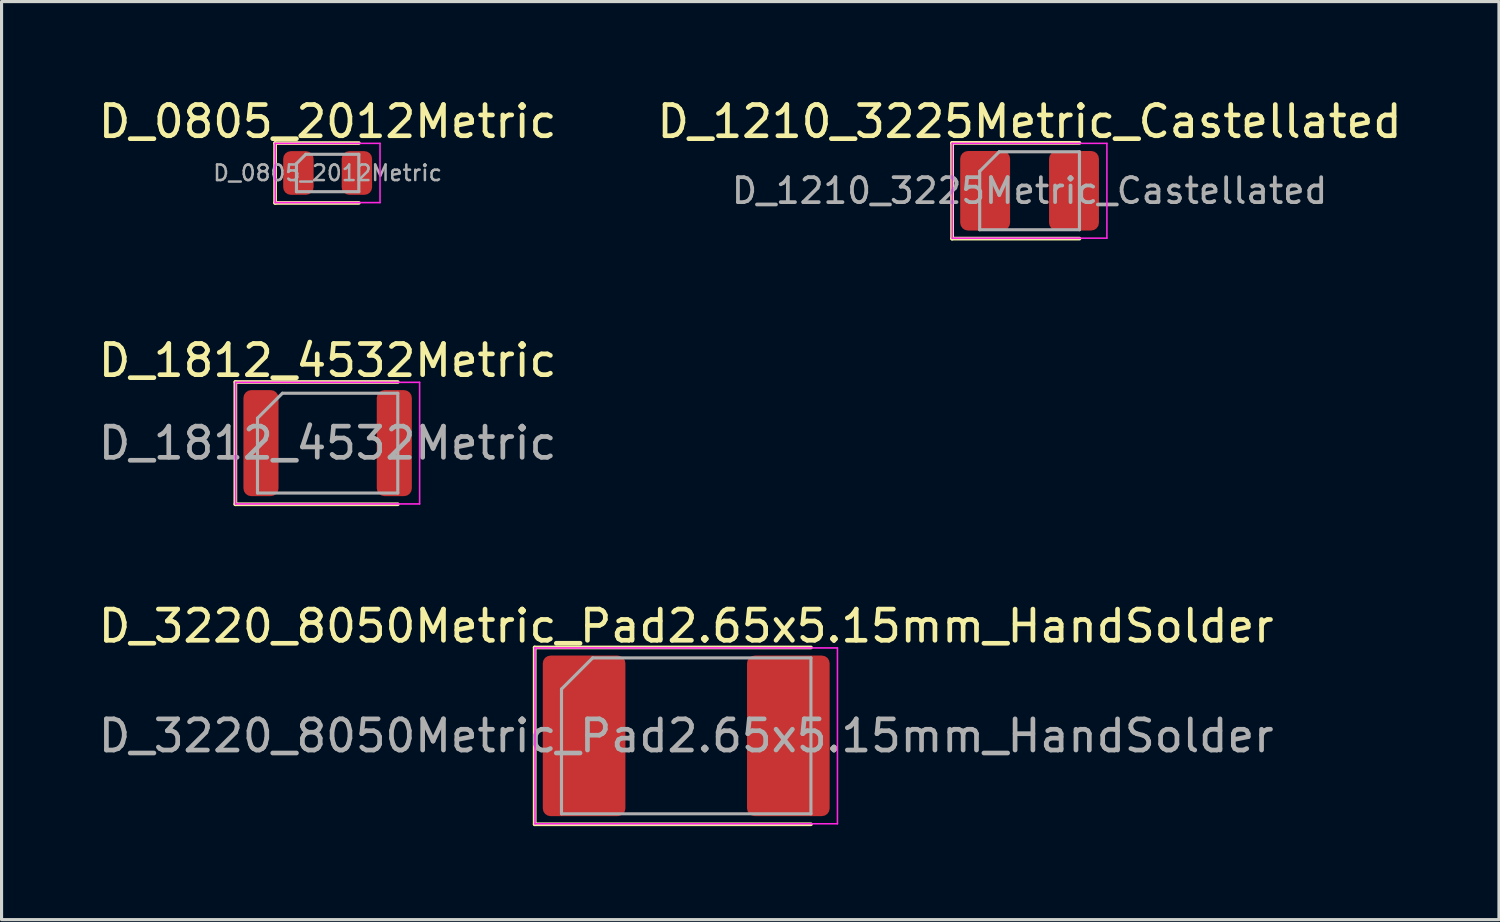
<source format=kicad_pcb>
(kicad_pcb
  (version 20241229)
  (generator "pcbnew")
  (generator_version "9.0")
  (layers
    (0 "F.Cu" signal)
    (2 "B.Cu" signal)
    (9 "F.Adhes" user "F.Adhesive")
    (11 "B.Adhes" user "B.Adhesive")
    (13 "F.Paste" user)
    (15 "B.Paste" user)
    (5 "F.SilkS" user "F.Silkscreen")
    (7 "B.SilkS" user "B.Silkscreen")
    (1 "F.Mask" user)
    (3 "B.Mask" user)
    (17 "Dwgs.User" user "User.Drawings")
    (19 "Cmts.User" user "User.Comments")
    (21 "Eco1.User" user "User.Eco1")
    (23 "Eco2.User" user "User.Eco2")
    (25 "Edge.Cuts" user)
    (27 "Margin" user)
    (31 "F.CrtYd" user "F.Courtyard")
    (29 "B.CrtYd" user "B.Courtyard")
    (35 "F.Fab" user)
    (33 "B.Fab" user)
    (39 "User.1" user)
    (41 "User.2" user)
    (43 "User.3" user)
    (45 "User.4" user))
  (footprint "D_1210_3225Metric_Castellated"
    (layer "F.Cu")
    (at 29.97 3.068)
    (property "Reference" "D_1210_3225Metric_Castellated" (at 0 -2.22 0) (layer "F.SilkS") (effects (font (size 1 1) (thickness 0.15))))
    (attr smd)
    (fp_line (start -2.485 -1.535) (end -2.485 1.535) (stroke (width 0.12) (type solid)) (layer "F.SilkS"))
    (fp_line (start -2.485 1.535) (end 1.6 1.535) (stroke (width 0.12) (type solid)) (layer "F.SilkS"))
    (fp_line (start 1.6 -1.535) (end -2.485 -1.535) (stroke (width 0.12) (type solid)) (layer "F.SilkS"))
    (fp_line (start -2.48 -1.52) (end 2.48 -1.52) (stroke (width 0.05) (type solid)) (layer "F.CrtYd"))
    (fp_line (start -2.48 1.52) (end -2.48 -1.52) (stroke (width 0.05) (type solid)) (layer "F.CrtYd"))
    (fp_line (start 2.48 -1.52) (end 2.48 1.52) (stroke (width 0.05) (type solid)) (layer "F.CrtYd"))
    (fp_line (start 2.48 1.52) (end -2.48 1.52) (stroke (width 0.05) (type solid)) (layer "F.CrtYd"))
    (fp_line (start -1.6 -0.625) (end -1.6 1.25) (stroke (width 0.1) (type solid)) (layer "F.Fab"))
    (fp_line (start -1.6 1.25) (end 1.6 1.25) (stroke (width 0.1) (type solid)) (layer "F.Fab"))
    (fp_line (start -0.975 -1.25) (end -1.6 -0.625) (stroke (width 0.1) (type solid)) (layer "F.Fab"))
    (fp_line (start 1.6 -1.25) (end -0.975 -1.25) (stroke (width 0.1) (type solid)) (layer "F.Fab"))
    (fp_line (start 1.6 1.25) (end 1.6 -1.25) (stroke (width 0.1) (type solid)) (layer "F.Fab"))
    (fp_text user "${REFERENCE}" (at 0 0 0) (layer "F.Fab") (effects (font (size 0.8 0.8) (thickness 0.12))))
    (pad "1" smd roundrect (at -1.425 0) (size 1.6 2.55) (layers "F.Cu" "F.Mask" "F.Paste") (roundrect_rratio 0.156))
    (pad "2" smd roundrect (at 1.425 0) (size 1.6 2.55) (layers "F.Cu" "F.Mask" "F.Paste") (roundrect_rratio 0.156)))
  (footprint "D_1812_4532Metric"
    (layer "F.Cu")
    (at 7.458 11.162)
    (property "Reference" "D_1812_4532Metric" (at 0 -2.65 0) (layer "F.SilkS") (effects (font (size 1 1) (thickness 0.15))))
    (attr smd)
    (fp_line (start -2.96 -1.96) (end -2.96 1.96) (stroke (width 0.12) (type solid)) (layer "F.SilkS"))
    (fp_line (start -2.96 1.96) (end 2.25 1.96) (stroke (width 0.12) (type solid)) (layer "F.SilkS"))
    (fp_line (start 2.25 -1.96) (end -2.96 -1.96) (stroke (width 0.12) (type solid)) (layer "F.SilkS"))
    (fp_line (start -2.95 -1.95) (end 2.95 -1.95) (stroke (width 0.05) (type solid)) (layer "F.CrtYd"))
    (fp_line (start -2.95 1.95) (end -2.95 -1.95) (stroke (width 0.05) (type solid)) (layer "F.CrtYd"))
    (fp_line (start 2.95 -1.95) (end 2.95 1.95) (stroke (width 0.05) (type solid)) (layer "F.CrtYd"))
    (fp_line (start 2.95 1.95) (end -2.95 1.95) (stroke (width 0.05) (type solid)) (layer "F.CrtYd"))
    (fp_line (start -2.25 -0.8) (end -2.25 1.6) (stroke (width 0.1) (type solid)) (layer "F.Fab"))
    (fp_line (start -2.25 1.6) (end 2.25 1.6) (stroke (width 0.1) (type solid)) (layer "F.Fab"))
    (fp_line (start -1.45 -1.6) (end -2.25 -0.8) (stroke (width 0.1) (type solid)) (layer "F.Fab"))
    (fp_line (start 2.25 -1.6) (end -1.45 -1.6) (stroke (width 0.1) (type solid)) (layer "F.Fab"))
    (fp_line (start 2.25 1.6) (end 2.25 -1.6) (stroke (width 0.1) (type solid)) (layer "F.Fab"))
    (fp_text user "${REFERENCE}" (at 0 0 0) (layer "F.Fab") (effects (font (size 1 1) (thickness 0.15))))
    (pad "1" smd roundrect (at -2.138 0) (size 1.125 3.4) (layers "F.Cu" "F.Mask" "F.Paste") (roundrect_rratio 0.222))
    (pad "2" smd roundrect (at 2.138 0) (size 1.125 3.4) (layers "F.Cu" "F.Mask" "F.Paste") (roundrect_rratio 0.222)))
  (footprint "D_0805_2012Metric"
    (layer "F.Cu")
    (at 7.458 2.498)
    (property "Reference" "D_0805_2012Metric" (at 0 -1.65 0) (layer "F.SilkS") (effects (font (size 1 1) (thickness 0.15))))
    (attr smd)
    (fp_line (start -1.685 -0.96) (end -1.685 0.96) (stroke (width 0.12) (type solid)) (layer "F.SilkS"))
    (fp_line (start -1.685 0.96) (end 1 0.96) (stroke (width 0.12) (type solid)) (layer "F.SilkS"))
    (fp_line (start 1 -0.96) (end -1.685 -0.96) (stroke (width 0.12) (type solid)) (layer "F.SilkS"))
    (fp_line (start -1.68 -0.95) (end 1.68 -0.95) (stroke (width 0.05) (type solid)) (layer "F.CrtYd"))
    (fp_line (start -1.68 0.95) (end -1.68 -0.95) (stroke (width 0.05) (type solid)) (layer "F.CrtYd"))
    (fp_line (start 1.68 -0.95) (end 1.68 0.95) (stroke (width 0.05) (type solid)) (layer "F.CrtYd"))
    (fp_line (start 1.68 0.95) (end -1.68 0.95) (stroke (width 0.05) (type solid)) (layer "F.CrtYd"))
    (fp_line (start -1 -0.3) (end -1 0.6) (stroke (width 0.1) (type solid)) (layer "F.Fab"))
    (fp_line (start -1 0.6) (end 1 0.6) (stroke (width 0.1) (type solid)) (layer "F.Fab"))
    (fp_line (start -0.7 -0.6) (end -1 -0.3) (stroke (width 0.1) (type solid)) (layer "F.Fab"))
    (fp_line (start 1 -0.6) (end -0.7 -0.6) (stroke (width 0.1) (type solid)) (layer "F.Fab"))
    (fp_line (start 1 0.6) (end 1 -0.6) (stroke (width 0.1) (type solid)) (layer "F.Fab"))
    (fp_text user "${REFERENCE}" (at 0 0 0) (layer "F.Fab") (effects (font (size 0.5 0.5) (thickness 0.08))))
    (pad "1" smd roundrect (at -0.938 0) (size 0.975 1.4) (layers "F.Cu" "F.Mask" "F.Paste") (roundrect_rratio 0.25))
    (pad "2" smd roundrect (at 0.938 0) (size 0.975 1.4) (layers "F.Cu" "F.Mask" "F.Paste") (roundrect_rratio 0.25)))
  (footprint "D_3220_8050Metric_Pad2.65x5.15mm_HandSolder"
    (layer "F.Cu")
    (at 18.958 20.55)
    (property "Reference" "D_3220_8050Metric_Pad2.65x5.15mm_HandSolder" (at 0 -3.52 0) (layer "F.SilkS") (effects (font (size 1 1) (thickness 0.15))))
    (attr smd)
    (fp_line (start -4.86 -2.835) (end -4.86 2.835) (stroke (width 0.12) (type solid)) (layer "F.SilkS"))
    (fp_line (start -4.86 2.835) (end 4 2.835) (stroke (width 0.12) (type solid)) (layer "F.SilkS"))
    (fp_line (start 4 -2.835) (end -4.86 -2.835) (stroke (width 0.12) (type solid)) (layer "F.SilkS"))
    (fp_line (start -4.85 -2.82) (end 4.85 -2.82) (stroke (width 0.05) (type solid)) (layer "F.CrtYd"))
    (fp_line (start -4.85 2.82) (end -4.85 -2.82) (stroke (width 0.05) (type solid)) (layer "F.CrtYd"))
    (fp_line (start 4.85 -2.82) (end 4.85 2.82) (stroke (width 0.05) (type solid)) (layer "F.CrtYd"))
    (fp_line (start 4.85 2.82) (end -4.85 2.82) (stroke (width 0.05) (type solid)) (layer "F.CrtYd"))
    (fp_line (start -4 -1.5) (end -4 2.5) (stroke (width 0.1) (type solid)) (layer "F.Fab"))
    (fp_line (start -4 2.5) (end 4 2.5) (stroke (width 0.1) (type solid)) (layer "F.Fab"))
    (fp_line (start -3 -2.5) (end -4 -1.5) (stroke (width 0.1) (type solid)) (layer "F.Fab"))
    (fp_line (start 4 -2.5) (end -3 -2.5) (stroke (width 0.1) (type solid)) (layer "F.Fab"))
    (fp_line (start 4 2.5) (end 4 -2.5) (stroke (width 0.1) (type solid)) (layer "F.Fab"))
    (fp_text user "${REFERENCE}" (at 0 0 0) (layer "F.Fab") (effects (font (size 1 1) (thickness 0.15))))
    (pad "1" smd roundrect (at -3.275 0) (size 2.65 5.15) (layers "F.Cu" "F.Mask" "F.Paste") (roundrect_rratio 0.094))
    (pad "2" smd roundrect (at 3.275 0) (size 2.65 5.15) (layers "F.Cu" "F.Mask" "F.Paste") (roundrect_rratio 0.094)))
  (gr_rect
    (start -3 -3)
    (end 45.024 26.445)
    (stroke (width 0.1) (type default))
    (fill no)
    (layer "Edge.Cuts")))
</source>
